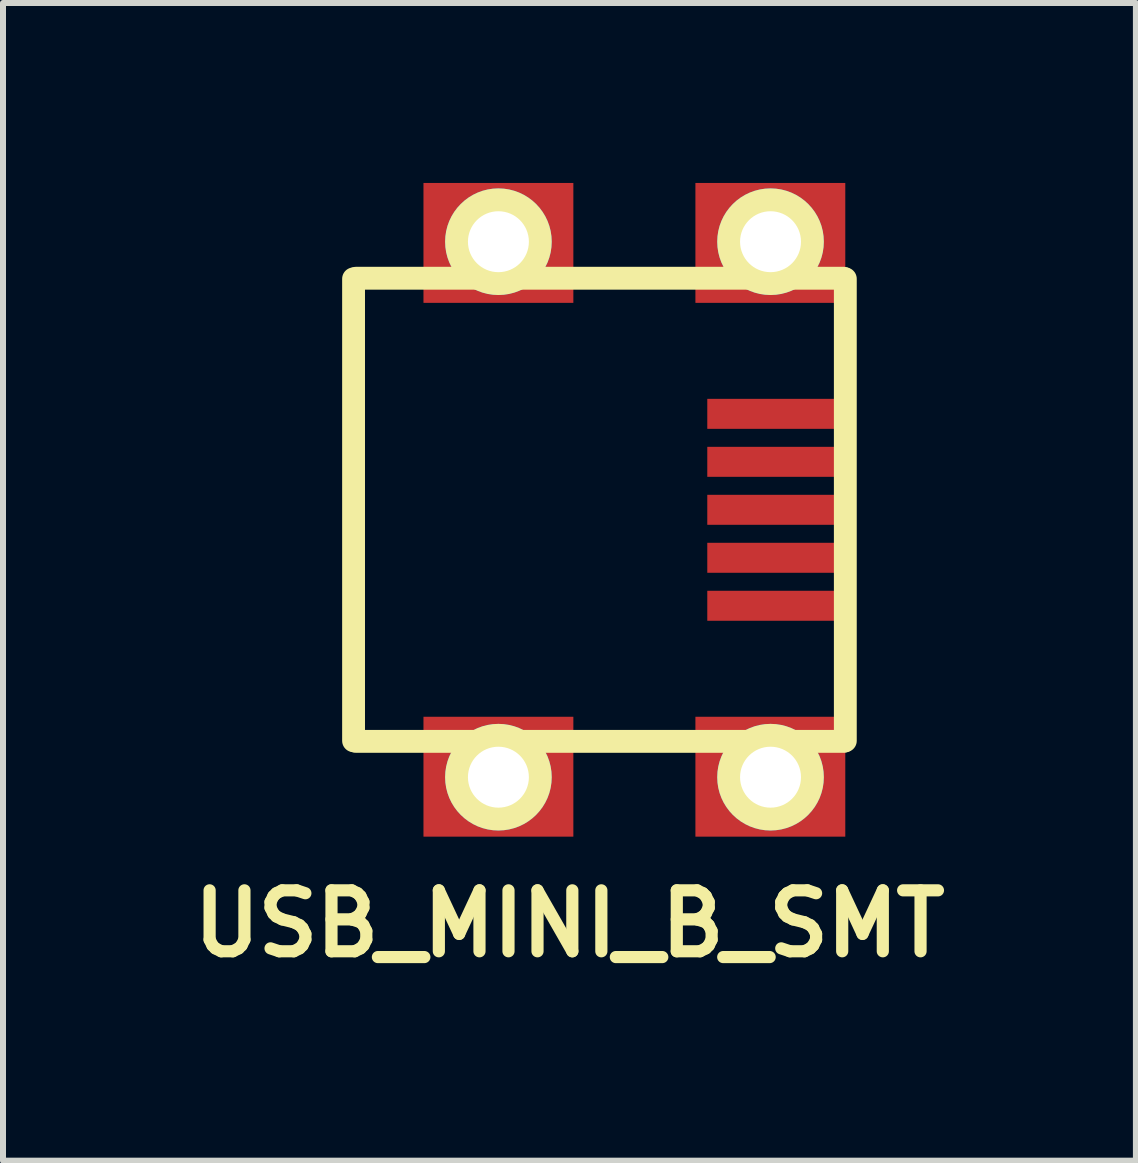
<source format=kicad_pcb>
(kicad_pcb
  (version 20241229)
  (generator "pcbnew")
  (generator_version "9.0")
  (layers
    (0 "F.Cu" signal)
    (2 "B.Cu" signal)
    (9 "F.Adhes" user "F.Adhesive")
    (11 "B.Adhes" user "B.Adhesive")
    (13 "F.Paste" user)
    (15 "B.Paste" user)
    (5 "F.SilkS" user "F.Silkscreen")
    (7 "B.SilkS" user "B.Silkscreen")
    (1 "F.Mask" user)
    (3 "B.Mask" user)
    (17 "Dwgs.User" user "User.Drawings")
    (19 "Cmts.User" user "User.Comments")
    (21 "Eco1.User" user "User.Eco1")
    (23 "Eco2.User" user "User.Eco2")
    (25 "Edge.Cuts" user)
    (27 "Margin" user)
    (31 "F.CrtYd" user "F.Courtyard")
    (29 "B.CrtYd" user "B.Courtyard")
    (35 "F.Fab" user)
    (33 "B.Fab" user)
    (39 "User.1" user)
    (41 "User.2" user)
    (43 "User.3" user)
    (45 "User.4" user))
  (footprint "USB_MINI_B_SMT"
    (layer "F.Cu")
    (at 6.444 5.45)
    (property "Reference" "USB_MINI_B_SMT" (at 0 6.901 0) (layer "F.SilkS") (effects (font (size 1.016 1.016) (thickness 0.203))))
    (attr through_hole)
    (fp_line (start -3.599 -3.851) (end -3.599 3.851) (stroke (width 0.381) (type solid)) (layer "F.SilkS"))
    (fp_line (start -3.556 -3.861) (end 4.572 -3.861) (stroke (width 0.381) (type solid)) (layer "F.SilkS"))
    (fp_line (start -3.556 3.861) (end 4.572 3.861) (stroke (width 0.381) (type solid)) (layer "F.SilkS"))
    (fp_line (start 4.6 3.851) (end 4.6 -3.851) (stroke (width 0.381) (type solid)) (layer "F.SilkS"))
    (pad "1" smd rect (at 3.449 -1.6) (size 2.301 0.5) (layers "F.Cu" "F.Mask" "F.Paste"))
    (pad "2" smd rect (at 3.449 -0.8) (size 2.301 0.5) (layers "F.Cu" "F.Mask" "F.Paste"))
    (pad "3" smd rect (at 3.449 0) (size 2.301 0.5) (layers "F.Cu" "F.Mask" "F.Paste"))
    (pad "4" smd rect (at 3.449 0.8) (size 2.301 0.5) (layers "F.Cu" "F.Mask" "F.Paste"))
    (pad "5" smd rect (at 3.449 1.6) (size 2.301 0.5) (layers "F.Cu" "F.Mask" "F.Paste"))
    (pad "6" smd rect (at 3.35 -4.45) (size 2.499 1.999) (layers "F.Cu" "F.Mask" "F.Paste"))
    (pad "7" smd rect (at -1.184 -4.45) (size 2.499 1.999) (layers "F.Cu" "F.Mask" "F.Paste"))
    (pad "8" smd rect (at 3.35 4.45) (size 2.499 1.999) (layers "F.Cu" "F.Mask" "F.Paste"))
    (pad "9" smd rect (at -1.184 4.45) (size 2.499 1.999) (layers "F.Cu" "F.Mask" "F.Paste"))
    (pad "11" thru_hole circle (at -1.184 -4.47) (size 1.778 1.778) (drill 1.016) (layers "*.Cu" "*.Mask" "F.SilkS"))
    (pad "12" thru_hole circle (at 3.353 -4.47) (size 1.778 1.778) (drill 1.016) (layers "*.Cu" "*.Mask" "F.SilkS"))
    (pad "13" thru_hole circle (at -1.184 4.458) (size 1.778 1.778) (drill 1.016) (layers "*.Cu" "*.Mask" "F.SilkS"))
    (pad "14" thru_hole circle (at 3.353 4.458) (size 1.778 1.778) (drill 1.016) (layers "*.Cu" "*.Mask" "F.SilkS")))
  (gr_rect
    (start -3 -3)
    (end 15.889 16.302)
    (stroke (width 0.1) (type default))
    (fill no)
    (layer "Edge.Cuts")))
</source>
